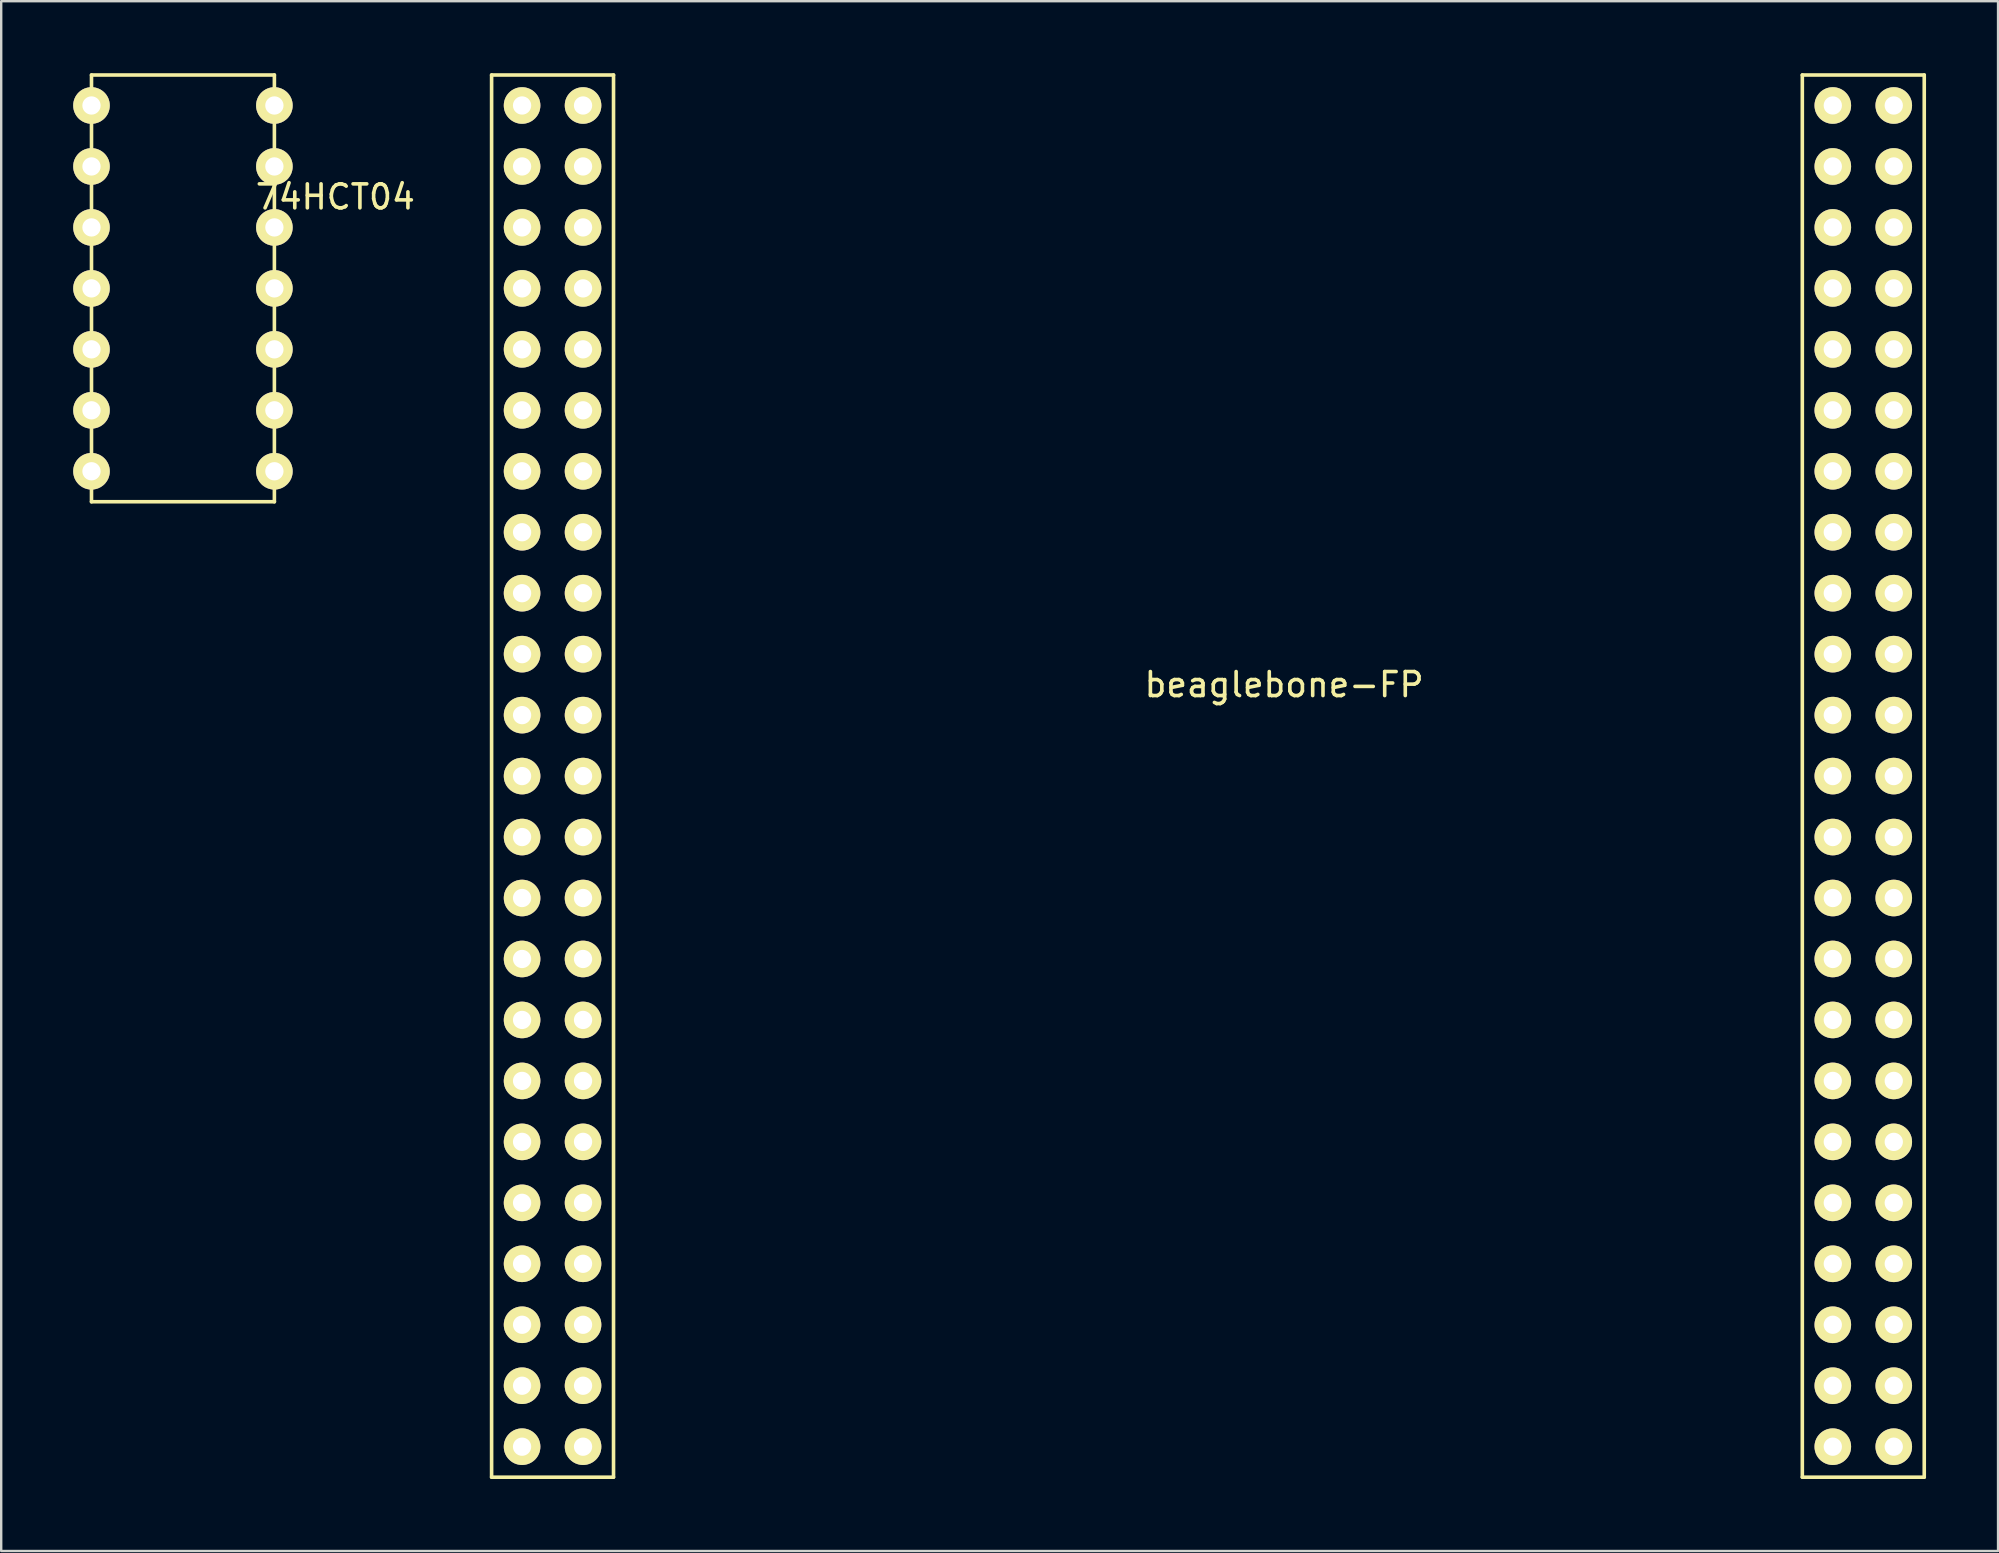
<source format=kicad_pcb>
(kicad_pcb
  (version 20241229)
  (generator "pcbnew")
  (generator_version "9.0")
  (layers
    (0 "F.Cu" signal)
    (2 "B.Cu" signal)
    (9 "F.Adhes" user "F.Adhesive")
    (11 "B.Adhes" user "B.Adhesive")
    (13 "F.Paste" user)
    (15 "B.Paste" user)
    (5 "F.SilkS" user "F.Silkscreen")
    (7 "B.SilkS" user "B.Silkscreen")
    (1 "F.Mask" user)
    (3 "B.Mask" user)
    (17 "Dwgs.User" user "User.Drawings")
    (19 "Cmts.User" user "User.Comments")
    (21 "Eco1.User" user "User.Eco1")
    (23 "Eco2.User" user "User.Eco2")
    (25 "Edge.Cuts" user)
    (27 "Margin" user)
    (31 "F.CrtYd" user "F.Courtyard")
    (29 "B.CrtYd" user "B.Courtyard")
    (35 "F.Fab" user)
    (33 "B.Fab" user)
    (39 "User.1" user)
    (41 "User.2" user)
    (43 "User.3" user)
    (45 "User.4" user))
  (footprint "74HCT04"
    (layer "F.Cu")
    (at 0.762 1.345)
    (property "Reference" "74HCT04" (at 10.16 3.81 0) (layer "F.SilkS") (effects (font (size 1 1) (thickness 0.15))))
    (attr through_hole)
    (fp_line (start 0 -1.27) (end 0 16.51) (stroke (width 0.15) (type solid)) (layer "F.SilkS"))
    (fp_line (start 0 16.51) (end 7.62 16.51) (stroke (width 0.15) (type solid)) (layer "F.SilkS"))
    (fp_line (start 7.62 -1.27) (end 0 -1.27) (stroke (width 0.15) (type solid)) (layer "F.SilkS"))
    (fp_line (start 7.62 16.51) (end 7.62 -1.27) (stroke (width 0.15) (type solid)) (layer "F.SilkS"))
    (pad "1" thru_hole circle (at 0 0) (size 1.524 1.524) (drill 0.762) (layers "*.Cu" "*.Mask" "F.SilkS"))
    (pad "2" thru_hole circle (at 0 2.54) (size 1.524 1.524) (drill 0.762) (layers "*.Cu" "*.Mask" "F.SilkS"))
    (pad "3" thru_hole circle (at 0 5.08) (size 1.524 1.524) (drill 0.762) (layers "*.Cu" "*.Mask" "F.SilkS"))
    (pad "4" thru_hole circle (at 0 7.62) (size 1.524 1.524) (drill 0.762) (layers "*.Cu" "*.Mask" "F.SilkS"))
    (pad "5" thru_hole circle (at 0 10.16) (size 1.524 1.524) (drill 0.762) (layers "*.Cu" "*.Mask" "F.SilkS"))
    (pad "6" thru_hole circle (at 0 12.7) (size 1.524 1.524) (drill 0.762) (layers "*.Cu" "*.Mask" "F.SilkS"))
    (pad "7" thru_hole circle (at 0 15.24) (size 1.524 1.524) (drill 0.762) (layers "*.Cu" "*.Mask" "F.SilkS"))
    (pad "8" thru_hole circle (at 7.62 15.24) (size 1.524 1.524) (drill 0.762) (layers "*.Cu" "*.Mask" "F.SilkS"))
    (pad "9" thru_hole circle (at 7.62 12.7) (size 1.524 1.524) (drill 0.762) (layers "*.Cu" "*.Mask" "F.SilkS"))
    (pad "10" thru_hole circle (at 7.62 10.16) (size 1.524 1.524) (drill 0.762) (layers "*.Cu" "*.Mask" "F.SilkS"))
    (pad "11" thru_hole circle (at 7.62 7.62) (size 1.524 1.524) (drill 0.762) (layers "*.Cu" "*.Mask" "F.SilkS"))
    (pad "12" thru_hole circle (at 7.62 5.08) (size 1.524 1.524) (drill 0.762) (layers "*.Cu" "*.Mask" "F.SilkS"))
    (pad "13" thru_hole circle (at 7.62 2.54) (size 1.524 1.524) (drill 0.762) (layers "*.Cu" "*.Mask" "F.SilkS"))
    (pad "14" thru_hole circle (at 7.62 0) (size 1.524 1.524) (drill 0.762) (layers "*.Cu" "*.Mask" "F.SilkS")))
  (footprint "beaglebone-FP"
    (layer "F.Cu")
    (at 19.972 1.345)
    (property "Reference" "beaglebone-FP" (at 30.48 24.13 0) (layer "F.SilkS") (effects (font (size 1 1) (thickness 0.15))))
    (attr through_hole)
    (fp_line (start -2.54 -1.27) (end 2.54 -1.27) (stroke (width 0.15) (type solid)) (layer "F.SilkS"))
    (fp_line (start -2.54 57.15) (end -2.54 -1.27) (stroke (width 0.15) (type solid)) (layer "F.SilkS"))
    (fp_line (start 2.54 -1.27) (end 2.54 57.15) (stroke (width 0.15) (type solid)) (layer "F.SilkS"))
    (fp_line (start 2.54 57.15) (end -2.54 57.15) (stroke (width 0.15) (type solid)) (layer "F.SilkS"))
    (fp_line (start 52.07 -1.27) (end 57.15 -1.27) (stroke (width 0.15) (type solid)) (layer "F.SilkS"))
    (fp_line (start 52.07 57.15) (end 52.07 -1.27) (stroke (width 0.15) (type solid)) (layer "F.SilkS"))
    (fp_line (start 57.15 -1.27) (end 57.15 57.15) (stroke (width 0.15) (type solid)) (layer "F.SilkS"))
    (fp_line (start 57.15 57.15) (end 52.07 57.15) (stroke (width 0.15) (type solid)) (layer "F.SilkS"))
    (pad "81" thru_hole circle (at 53.34 0) (size 1.524 1.524) (drill 0.762) (layers "*.Cu" "*.Mask" "F.SilkS"))
    (pad "82" thru_hole circle (at 55.88 0) (size 1.524 1.524) (drill 0.762) (layers "*.Cu" "*.Mask" "F.SilkS"))
    (pad "83" thru_hole circle (at 53.34 2.54) (size 1.524 1.524) (drill 0.762) (layers "*.Cu" "*.Mask" "F.SilkS"))
    (pad "84" thru_hole circle (at 55.88 2.54) (size 1.524 1.524) (drill 0.762) (layers "*.Cu" "*.Mask" "F.SilkS"))
    (pad "85" thru_hole circle (at 53.34 5.08) (size 1.524 1.524) (drill 0.762) (layers "*.Cu" "*.Mask" "F.SilkS"))
    (pad "86" thru_hole circle (at 55.88 5.08) (size 1.524 1.524) (drill 0.762) (layers "*.Cu" "*.Mask" "F.SilkS"))
    (pad "87" thru_hole circle (at 53.34 7.62) (size 1.524 1.524) (drill 0.762) (layers "*.Cu" "*.Mask" "F.SilkS"))
    (pad "88" thru_hole circle (at 55.88 7.62) (size 1.524 1.524) (drill 0.762) (layers "*.Cu" "*.Mask" "F.SilkS"))
    (pad "89" thru_hole circle (at 53.34 10.16) (size 1.524 1.524) (drill 0.762) (layers "*.Cu" "*.Mask" "F.SilkS"))
    (pad "90" thru_hole circle (at 55.88 10.16) (size 1.524 1.524) (drill 0.762) (layers "*.Cu" "*.Mask" "F.SilkS"))
    (pad "91" thru_hole circle (at -1.27 0) (size 1.524 1.524) (drill 0.762) (layers "*.Cu" "*.Mask" "F.SilkS"))
    (pad "91" thru_hole circle (at 53.34 12.7) (size 1.524 1.524) (drill 0.762) (layers "*.Cu" "*.Mask" "F.SilkS"))
    (pad "92" thru_hole circle (at 1.27 0) (size 1.524 1.524) (drill 0.762) (layers "*.Cu" "*.Mask" "F.SilkS"))
    (pad "92" thru_hole circle (at 55.88 12.7) (size 1.524 1.524) (drill 0.762) (layers "*.Cu" "*.Mask" "F.SilkS"))
    (pad "93" thru_hole circle (at -1.27 2.54) (size 1.524 1.524) (drill 0.762) (layers "*.Cu" "*.Mask" "F.SilkS"))
    (pad "93" thru_hole circle (at 53.34 15.24) (size 1.524 1.524) (drill 0.762) (layers "*.Cu" "*.Mask" "F.SilkS"))
    (pad "94" thru_hole circle (at 1.27 2.54) (size 1.524 1.524) (drill 0.762) (layers "*.Cu" "*.Mask" "F.SilkS"))
    (pad "94" thru_hole circle (at 55.88 15.24) (size 1.524 1.524) (drill 0.762) (layers "*.Cu" "*.Mask" "F.SilkS"))
    (pad "95" thru_hole circle (at -1.27 5.08) (size 1.524 1.524) (drill 0.762) (layers "*.Cu" "*.Mask" "F.SilkS"))
    (pad "95" thru_hole circle (at 53.34 17.78) (size 1.524 1.524) (drill 0.762) (layers "*.Cu" "*.Mask" "F.SilkS"))
    (pad "96" thru_hole circle (at 1.27 5.08) (size 1.524 1.524) (drill 0.762) (layers "*.Cu" "*.Mask" "F.SilkS"))
    (pad "96" thru_hole circle (at 55.88 17.78) (size 1.524 1.524) (drill 0.762) (layers "*.Cu" "*.Mask" "F.SilkS"))
    (pad "97" thru_hole circle (at -1.27 7.62) (size 1.524 1.524) (drill 0.762) (layers "*.Cu" "*.Mask" "F.SilkS"))
    (pad "97" thru_hole circle (at 53.34 20.32) (size 1.524 1.524) (drill 0.762) (layers "*.Cu" "*.Mask" "F.SilkS"))
    (pad "98" thru_hole circle (at 1.27 7.62) (size 1.524 1.524) (drill 0.762) (layers "*.Cu" "*.Mask" "F.SilkS"))
    (pad "98" thru_hole circle (at 55.88 20.32) (size 1.524 1.524) (drill 0.762) (layers "*.Cu" "*.Mask" "F.SilkS"))
    (pad "99" thru_hole circle (at -1.27 10.16) (size 1.524 1.524) (drill 0.762) (layers "*.Cu" "*.Mask" "F.SilkS"))
    (pad "99" thru_hole circle (at 53.34 22.86) (size 1.524 1.524) (drill 0.762) (layers "*.Cu" "*.Mask" "F.SilkS"))
    (pad "100" thru_hole circle (at 1.27 10.16) (size 1.524 1.524) (drill 0.762) (layers "*.Cu" "*.Mask" "F.SilkS"))
    (pad "100" thru_hole circle (at 55.88 22.86) (size 1.524 1.524) (drill 0.762) (layers "*.Cu" "*.Mask" "F.SilkS"))
    (pad "101" thru_hole circle (at -1.27 12.7) (size 1.524 1.524) (drill 0.762) (layers "*.Cu" "*.Mask" "F.SilkS"))
    (pad "101" thru_hole circle (at 53.34 25.4) (size 1.524 1.524) (drill 0.762) (layers "*.Cu" "*.Mask" "F.SilkS"))
    (pad "102" thru_hole circle (at 1.27 12.7) (size 1.524 1.524) (drill 0.762) (layers "*.Cu" "*.Mask" "F.SilkS"))
    (pad "102" thru_hole circle (at 55.88 25.4) (size 1.524 1.524) (drill 0.762) (layers "*.Cu" "*.Mask" "F.SilkS"))
    (pad "103" thru_hole circle (at -1.27 15.24) (size 1.524 1.524) (drill 0.762) (layers "*.Cu" "*.Mask" "F.SilkS"))
    (pad "103" thru_hole circle (at 53.34 27.94) (size 1.524 1.524) (drill 0.762) (layers "*.Cu" "*.Mask" "F.SilkS"))
    (pad "104" thru_hole circle (at 1.27 15.24) (size 1.524 1.524) (drill 0.762) (layers "*.Cu" "*.Mask" "F.SilkS"))
    (pad "104" thru_hole circle (at 55.88 27.94) (size 1.524 1.524) (drill 0.762) (layers "*.Cu" "*.Mask" "F.SilkS"))
    (pad "105" thru_hole circle (at -1.27 17.78) (size 1.524 1.524) (drill 0.762) (layers "*.Cu" "*.Mask" "F.SilkS"))
    (pad "105" thru_hole circle (at 53.34 30.48) (size 1.524 1.524) (drill 0.762) (layers "*.Cu" "*.Mask" "F.SilkS"))
    (pad "106" thru_hole circle (at 1.27 17.78) (size 1.524 1.524) (drill 0.762) (layers "*.Cu" "*.Mask" "F.SilkS"))
    (pad "106" thru_hole circle (at 55.88 30.48) (size 1.524 1.524) (drill 0.762) (layers "*.Cu" "*.Mask" "F.SilkS"))
    (pad "107" thru_hole circle (at -1.27 20.32) (size 1.524 1.524) (drill 0.762) (layers "*.Cu" "*.Mask" "F.SilkS"))
    (pad "107" thru_hole circle (at 53.34 33.02) (size 1.524 1.524) (drill 0.762) (layers "*.Cu" "*.Mask" "F.SilkS"))
    (pad "108" thru_hole circle (at 1.27 20.32) (size 1.524 1.524) (drill 0.762) (layers "*.Cu" "*.Mask" "F.SilkS"))
    (pad "108" thru_hole circle (at 55.88 33.02) (size 1.524 1.524) (drill 0.762) (layers "*.Cu" "*.Mask" "F.SilkS"))
    (pad "109" thru_hole circle (at -1.27 22.86) (size 1.524 1.524) (drill 0.762) (layers "*.Cu" "*.Mask" "F.SilkS"))
    (pad "109" thru_hole circle (at 53.34 35.56) (size 1.524 1.524) (drill 0.762) (layers "*.Cu" "*.Mask" "F.SilkS"))
    (pad "110" thru_hole circle (at 1.27 22.86) (size 1.524 1.524) (drill 0.762) (layers "*.Cu" "*.Mask" "F.SilkS"))
    (pad "110" thru_hole circle (at 55.88 35.56) (size 1.524 1.524) (drill 0.762) (layers "*.Cu" "*.Mask" "F.SilkS"))
    (pad "111" thru_hole circle (at -1.27 25.4) (size 1.524 1.524) (drill 0.762) (layers "*.Cu" "*.Mask" "F.SilkS"))
    (pad "111" thru_hole circle (at 53.34 38.1) (size 1.524 1.524) (drill 0.762) (layers "*.Cu" "*.Mask" "F.SilkS"))
    (pad "112" thru_hole circle (at 1.27 25.4) (size 1.524 1.524) (drill 0.762) (layers "*.Cu" "*.Mask" "F.SilkS"))
    (pad "112" thru_hole circle (at 55.88 38.1) (size 1.524 1.524) (drill 0.762) (layers "*.Cu" "*.Mask" "F.SilkS"))
    (pad "113" thru_hole circle (at -1.27 27.94) (size 1.524 1.524) (drill 0.762) (layers "*.Cu" "*.Mask" "F.SilkS"))
    (pad "113" thru_hole circle (at 53.34 40.64) (size 1.524 1.524) (drill 0.762) (layers "*.Cu" "*.Mask" "F.SilkS"))
    (pad "114" thru_hole circle (at 1.27 27.94) (size 1.524 1.524) (drill 0.762) (layers "*.Cu" "*.Mask" "F.SilkS"))
    (pad "114" thru_hole circle (at 55.88 40.64) (size 1.524 1.524) (drill 0.762) (layers "*.Cu" "*.Mask" "F.SilkS"))
    (pad "115" thru_hole circle (at -1.27 30.48) (size 1.524 1.524) (drill 0.762) (layers "*.Cu" "*.Mask" "F.SilkS"))
    (pad "115" thru_hole circle (at 53.34 43.18) (size 1.524 1.524) (drill 0.762) (layers "*.Cu" "*.Mask" "F.SilkS"))
    (pad "116" thru_hole circle (at 1.27 30.48) (size 1.524 1.524) (drill 0.762) (layers "*.Cu" "*.Mask" "F.SilkS"))
    (pad "116" thru_hole circle (at 55.88 43.18) (size 1.524 1.524) (drill 0.762) (layers "*.Cu" "*.Mask" "F.SilkS"))
    (pad "117" thru_hole circle (at -1.27 33.02) (size 1.524 1.524) (drill 0.762) (layers "*.Cu" "*.Mask" "F.SilkS"))
    (pad "117" thru_hole circle (at 53.34 45.72) (size 1.524 1.524) (drill 0.762) (layers "*.Cu" "*.Mask" "F.SilkS"))
    (pad "118" thru_hole circle (at 1.27 33.02) (size 1.524 1.524) (drill 0.762) (layers "*.Cu" "*.Mask" "F.SilkS"))
    (pad "118" thru_hole circle (at 55.88 45.72) (size 1.524 1.524) (drill 0.762) (layers "*.Cu" "*.Mask" "F.SilkS"))
    (pad "119" thru_hole circle (at -1.27 35.56) (size 1.524 1.524) (drill 0.762) (layers "*.Cu" "*.Mask" "F.SilkS"))
    (pad "119" thru_hole circle (at 53.34 48.26) (size 1.524 1.524) (drill 0.762) (layers "*.Cu" "*.Mask" "F.SilkS"))
    (pad "120" thru_hole circle (at 1.27 35.56) (size 1.524 1.524) (drill 0.762) (layers "*.Cu" "*.Mask" "F.SilkS"))
    (pad "120" thru_hole circle (at 55.88 48.26) (size 1.524 1.524) (drill 0.762) (layers "*.Cu" "*.Mask" "F.SilkS"))
    (pad "121" thru_hole circle (at -1.27 38.1) (size 1.524 1.524) (drill 0.762) (layers "*.Cu" "*.Mask" "F.SilkS"))
    (pad "121" thru_hole circle (at 53.34 50.8) (size 1.524 1.524) (drill 0.762) (layers "*.Cu" "*.Mask" "F.SilkS"))
    (pad "122" thru_hole circle (at 1.27 38.1) (size 1.524 1.524) (drill 0.762) (layers "*.Cu" "*.Mask" "F.SilkS"))
    (pad "122" thru_hole circle (at 55.88 50.8) (size 1.524 1.524) (drill 0.762) (layers "*.Cu" "*.Mask" "F.SilkS"))
    (pad "123" thru_hole circle (at -1.27 40.64) (size 1.524 1.524) (drill 0.762) (layers "*.Cu" "*.Mask" "F.SilkS"))
    (pad "123" thru_hole circle (at 53.34 53.34) (size 1.524 1.524) (drill 0.762) (layers "*.Cu" "*.Mask" "F.SilkS"))
    (pad "124" thru_hole circle (at 1.27 40.64) (size 1.524 1.524) (drill 0.762) (layers "*.Cu" "*.Mask" "F.SilkS"))
    (pad "124" thru_hole circle (at 55.88 53.34) (size 1.524 1.524) (drill 0.762) (layers "*.Cu" "*.Mask" "F.SilkS"))
    (pad "125" thru_hole circle (at -1.27 43.18) (size 1.524 1.524) (drill 0.762) (layers "*.Cu" "*.Mask" "F.SilkS"))
    (pad "125" thru_hole circle (at 53.34 55.88) (size 1.524 1.524) (drill 0.762) (layers "*.Cu" "*.Mask" "F.SilkS"))
    (pad "126" thru_hole circle (at 1.27 43.18) (size 1.524 1.524) (drill 0.762) (layers "*.Cu" "*.Mask" "F.SilkS"))
    (pad "126" thru_hole circle (at 55.88 55.88) (size 1.524 1.524) (drill 0.762) (layers "*.Cu" "*.Mask" "F.SilkS"))
    (pad "127" thru_hole circle (at -1.27 45.72) (size 1.524 1.524) (drill 0.762) (layers "*.Cu" "*.Mask" "F.SilkS"))
    (pad "128" thru_hole circle (at 1.27 45.72) (size 1.524 1.524) (drill 0.762) (layers "*.Cu" "*.Mask" "F.SilkS"))
    (pad "129" thru_hole circle (at -1.27 48.26) (size 1.524 1.524) (drill 0.762) (layers "*.Cu" "*.Mask" "F.SilkS"))
    (pad "130" thru_hole circle (at 1.27 48.26) (size 1.524 1.524) (drill 0.762) (layers "*.Cu" "*.Mask" "F.SilkS"))
    (pad "131" thru_hole circle (at -1.27 50.8) (size 1.524 1.524) (drill 0.762) (layers "*.Cu" "*.Mask" "F.SilkS"))
    (pad "132" thru_hole circle (at 1.27 50.8) (size 1.524 1.524) (drill 0.762) (layers "*.Cu" "*.Mask" "F.SilkS"))
    (pad "133" thru_hole circle (at -1.27 53.34) (size 1.524 1.524) (drill 0.762) (layers "*.Cu" "*.Mask" "F.SilkS"))
    (pad "134" thru_hole circle (at 1.27 53.34) (size 1.524 1.524) (drill 0.762) (layers "*.Cu" "*.Mask" "F.SilkS"))
    (pad "135" thru_hole circle (at -1.27 55.88) (size 1.524 1.524) (drill 0.762) (layers "*.Cu" "*.Mask" "F.SilkS"))
    (pad "136" thru_hole circle (at 1.27 55.88) (size 1.524 1.524) (drill 0.762) (layers "*.Cu" "*.Mask" "F.SilkS")))
  (gr_rect
    (start -3 -3)
    (end 80.197 61.57)
    (stroke (width 0.1) (type default))
    (fill no)
    (layer "Edge.Cuts")))
</source>
